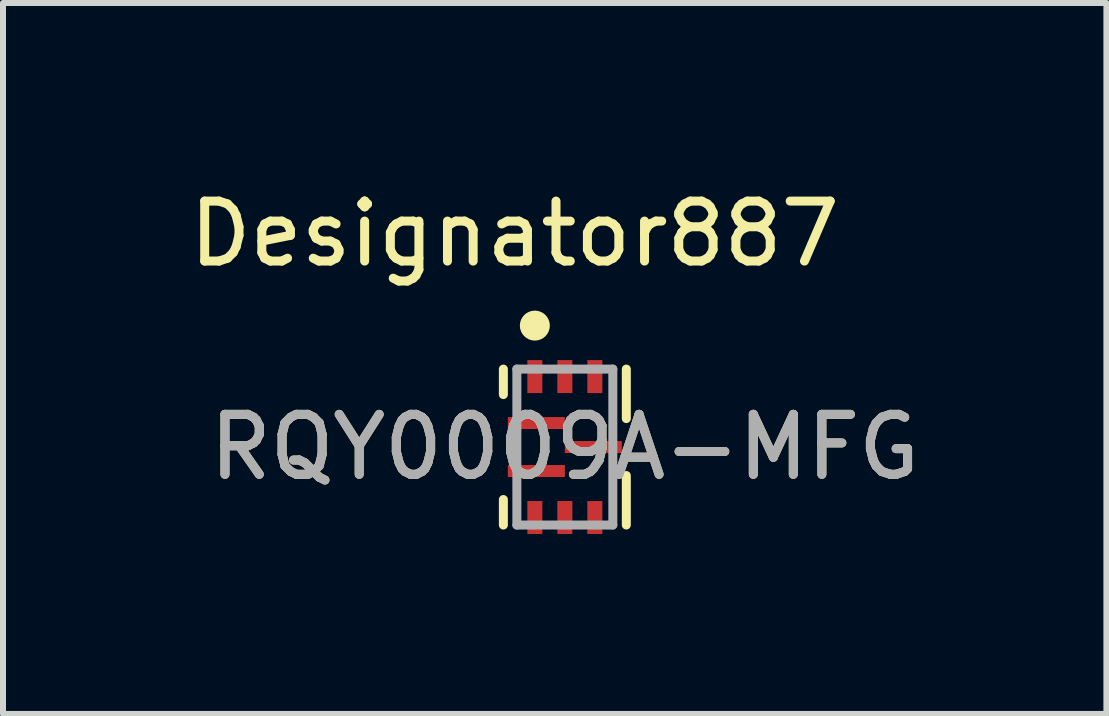
<source format=kicad_pcb>
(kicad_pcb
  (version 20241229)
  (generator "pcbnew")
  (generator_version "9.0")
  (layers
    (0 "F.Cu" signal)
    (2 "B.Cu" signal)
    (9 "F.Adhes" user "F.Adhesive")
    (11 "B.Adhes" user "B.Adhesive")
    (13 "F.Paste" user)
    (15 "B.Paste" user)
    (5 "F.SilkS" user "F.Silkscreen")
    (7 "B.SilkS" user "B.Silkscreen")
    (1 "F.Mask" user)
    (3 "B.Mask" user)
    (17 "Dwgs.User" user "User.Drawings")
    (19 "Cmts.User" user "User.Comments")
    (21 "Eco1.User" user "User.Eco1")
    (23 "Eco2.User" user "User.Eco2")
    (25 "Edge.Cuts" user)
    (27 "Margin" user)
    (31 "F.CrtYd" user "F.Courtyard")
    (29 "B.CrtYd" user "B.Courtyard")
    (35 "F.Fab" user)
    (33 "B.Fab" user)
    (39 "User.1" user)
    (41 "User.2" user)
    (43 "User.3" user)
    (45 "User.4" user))
  (footprint "RQY0009A-MFG"
    (layer "F.Cu")
    (at 6.368 4.404)
    (property "Reference" "RQY0009A-MFG" (at 0 0 0) (unlocked yes) (layer "F.SilkS") (effects (font (size 1 1) (thickness 0.15))))
    (attr smd)
    (fp_line (start -1.025 -0.875) (end -1.025 -1.3) (stroke (width 0.15) (type solid)) (layer "F.SilkS"))
    (fp_line (start -1.025 1.3) (end -1.025 0.875) (stroke (width 0.15) (type solid)) (layer "F.SilkS"))
    (fp_line (start 1.025 -0.475) (end 1.025 -1.3) (stroke (width 0.15) (type solid)) (layer "F.SilkS"))
    (fp_line (start 1.025 1.3) (end 1.025 0.475) (stroke (width 0.15) (type solid)) (layer "F.SilkS"))
    (fp_circle (center -0.5 -2.025) (end -0.375 -2.025) (stroke (width 0.25) (type solid)) (fill no) (layer "F.SilkS"))
    (fp_line (start -0.8 -1.3) (end 0.8 -1.3) (stroke (width 0.15) (type solid)) (layer "F.Fab"))
    (fp_line (start -0.8 1.3) (end -0.8 -1.3) (stroke (width 0.15) (type solid)) (layer "F.Fab"))
    (fp_line (start -0.8 1.3) (end 0.8 1.3) (stroke (width 0.15) (type solid)) (layer "F.Fab"))
    (fp_line (start 0.8 1.3) (end 0.8 -1.3) (stroke (width 0.15) (type solid)) (layer "F.Fab"))
    (fp_text user "Designator887" (at -0.838 -3.556 0) (unlocked yes) (layer "F.SilkS") (effects (font (size 1 1) (thickness 0.15))))
    (fp_text user "${REFERENCE}" (at 0 0 0) (unlocked yes) (layer "F.Fab") (effects (font (size 1 1) (thickness 0.15))))
    (pad "1" smd rect (at -0.5 -1.175) (size 0.25 0.55) (layers "F.Cu" "F.Mask" "F.Paste"))
    (pad "2" smd rect (at -0.475 -0.4) (size 0.95 0.2) (layers "F.Cu" "F.Mask" "F.Paste"))
    (pad "3" smd rect (at -0.475 0.4) (size 0.95 0.2) (layers "F.Cu" "F.Mask" "F.Paste"))
    (pad "4" smd rect (at -0.5 1.175) (size 0.25 0.55) (layers "F.Cu" "F.Mask" "F.Paste"))
    (pad "5" smd rect (at 0 1.175) (size 0.25 0.55) (layers "F.Cu" "F.Mask" "F.Paste"))
    (pad "6" smd rect (at 0.5 1.175) (size 0.25 0.55) (layers "F.Cu" "F.Mask" "F.Paste"))
    (pad "7" smd rect (at 0.475 0) (size 0.95 0.2) (layers "F.Cu" "F.Mask" "F.Paste"))
    (pad "8" smd rect (at 0.5 -1.175) (size 0.25 0.55) (layers "F.Cu" "F.Mask" "F.Paste"))
    (pad "9" smd rect (at 0 -1.175) (size 0.25 0.55) (layers "F.Cu" "F.Mask" "F.Paste")))
  (gr_rect
    (start -3 -3)
    (end 15.398 8.854)
    (stroke (width 0.1) (type default))
    (fill no)
    (layer "Edge.Cuts")))
</source>
